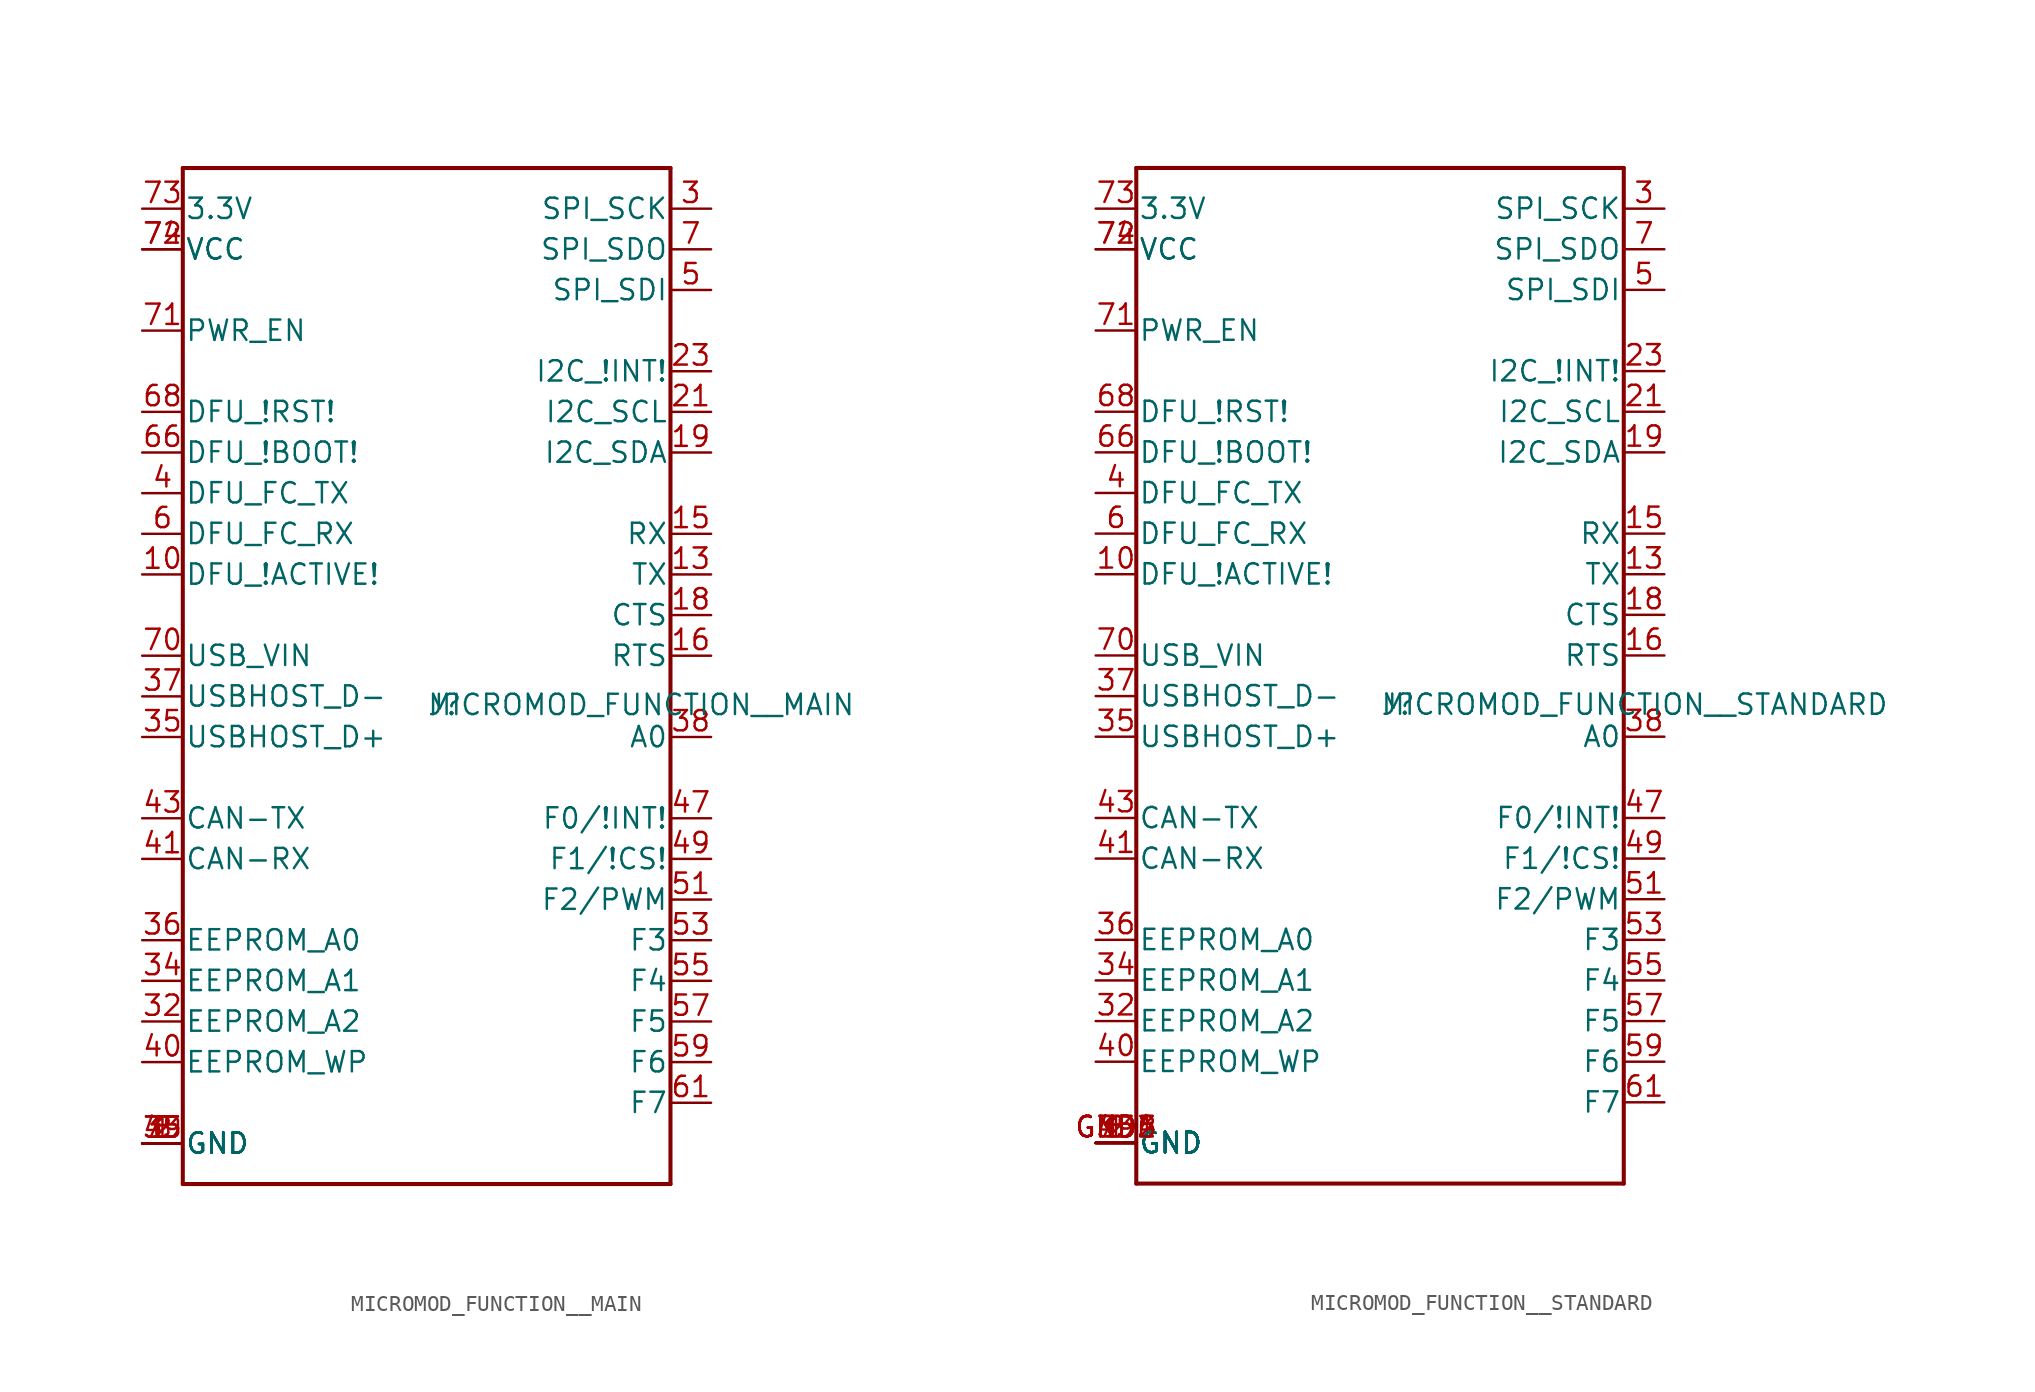
<source format=kicad_sym>
(kicad_symbol_lib
  (version 20211014)
  (generator kicad_symbol_editor)
  (symbol "MICROMOD_FUNCTION__MAIN"
    (pin_names
      (offset 0.127))
    (property "Reference" "J"
      (at 0 -6.35 0)
      (effects (font (size 1.27 1.27)) (justify left bottom)))
    (property "Value" "MICROMOD_FUNCTION__MAIN"
      (at 0 -6.35 0)
      (effects (font (size 1.27 1.27)) (justify left bottom)))
    (property "Datasheet" ""
      (at 0 -13.97 0)
      (effects (font (size 1.27 1.27)) (justify left bottom)))
    (symbol "MICROMOD_FUNCTION__MAIN_1_1"
      (polyline (pts (xy -15.24 -35.56) (xy -15.24 27.94)) (stroke (width 0.254) (type default) (color 0 0 0 0)) (fill (type none)))
      (polyline (pts (xy -15.24 27.94) (xy 15.24 27.94)) (stroke (width 0.254) (type default) (color 0 0 0 0)) (fill (type none)))
      (polyline (pts (xy 15.24 -35.56) (xy -15.24 -35.56)) (stroke (width 0.254) (type default) (color 0 0 0 0)) (fill (type none)))
      (polyline (pts (xy 15.24 27.94) (xy 15.24 -35.56)) (stroke (width 0.254) (type default) (color 0 0 0 0)) (fill (type none)))
      (pin bidirectional line (at -17.78 -33.02 0) (length 2.54) (name "GND" (effects (font (size 1.27 1.27)))) (number "1" (effects (font (size 1.27 1.27)))))
      (pin bidirectional line (at -17.78 2.54 0) (length 2.54) (name "DFU_!ACTIVE!" (effects (font (size 1.27 1.27)))) (number "10" (effects (font (size 1.27 1.27)))))
      (pin bidirectional line (at 17.78 2.54 180) (length 2.54) (name "TX" (effects (font (size 1.27 1.27)))) (number "13" (effects (font (size 1.27 1.27)))))
      (pin bidirectional line (at 17.78 5.08 180) (length 2.54) (name "RX" (effects (font (size 1.27 1.27)))) (number "15" (effects (font (size 1.27 1.27)))))
      (pin bidirectional line (at 17.78 -2.54 180) (length 2.54) (name "RTS" (effects (font (size 1.27 1.27)))) (number "16" (effects (font (size 1.27 1.27)))))
      (pin bidirectional line (at 17.78 0 180) (length 2.54) (name "CTS" (effects (font (size 1.27 1.27)))) (number "18" (effects (font (size 1.27 1.27)))))
      (pin bidirectional line (at 17.78 10.16 180) (length 2.54) (name "I2C_SDA" (effects (font (size 1.27 1.27)))) (number "19" (effects (font (size 1.27 1.27)))))
      (pin bidirectional line (at -17.78 -33.02 0) (length 2.54) (name "GND" (effects (font (size 1.27 1.27)))) (number "2" (effects (font (size 1.27 1.27)))))
      (pin bidirectional line (at 17.78 12.7 180) (length 2.54) (name "I2C_SCL" (effects (font (size 1.27 1.27)))) (number "21" (effects (font (size 1.27 1.27)))))
      (pin bidirectional line (at 17.78 15.24 180) (length 2.54) (name "I2C_!INT!" (effects (font (size 1.27 1.27)))) (number "23" (effects (font (size 1.27 1.27)))))
      (pin bidirectional line (at 17.78 25.4 180) (length 2.54) (name "SPI_SCK" (effects (font (size 1.27 1.27)))) (number "3" (effects (font (size 1.27 1.27)))))
      (pin bidirectional line (at -17.78 -25.4 0) (length 2.54) (name "EEPROM_A2" (effects (font (size 1.27 1.27)))) (number "32" (effects (font (size 1.27 1.27)))))
      (pin bidirectional line (at -17.78 -33.02 0) (length 2.54) (name "GND" (effects (font (size 1.27 1.27)))) (number "33" (effects (font (size 1.27 1.27)))))
      (pin bidirectional line (at -17.78 -22.86 0) (length 2.54) (name "EEPROM_A1" (effects (font (size 1.27 1.27)))) (number "34" (effects (font (size 1.27 1.27)))))
      (pin bidirectional line (at -17.78 -7.62 0) (length 2.54) (name "USBHOST_D+" (effects (font (size 1.27 1.27)))) (number "35" (effects (font (size 1.27 1.27)))))
      (pin bidirectional line (at -17.78 -20.32 0) (length 2.54) (name "EEPROM_A0" (effects (font (size 1.27 1.27)))) (number "36" (effects (font (size 1.27 1.27)))))
      (pin bidirectional line (at -17.78 -5.08 0) (length 2.54) (name "USBHOST_D-" (effects (font (size 1.27 1.27)))) (number "37" (effects (font (size 1.27 1.27)))))
      (pin bidirectional line (at 17.78 -7.62 180) (length 2.54) (name "A0" (effects (font (size 1.27 1.27)))) (number "38" (effects (font (size 1.27 1.27)))))
      (pin bidirectional line (at -17.78 -33.02 0) (length 2.54) (name "GND" (effects (font (size 1.27 1.27)))) (number "39" (effects (font (size 1.27 1.27)))))
      (pin bidirectional line (at -17.78 7.62 0) (length 2.54) (name "DFU_FC_TX" (effects (font (size 1.27 1.27)))) (number "4" (effects (font (size 1.27 1.27)))))
      (pin bidirectional line (at -17.78 -27.94 0) (length 2.54) (name "EEPROM_WP" (effects (font (size 1.27 1.27)))) (number "40" (effects (font (size 1.27 1.27)))))
      (pin bidirectional line (at -17.78 -15.24 0) (length 2.54) (name "CAN-RX" (effects (font (size 1.27 1.27)))) (number "41" (effects (font (size 1.27 1.27)))))
      (pin bidirectional line (at -17.78 -12.7 0) (length 2.54) (name "CAN-TX" (effects (font (size 1.27 1.27)))) (number "43" (effects (font (size 1.27 1.27)))))
      (pin bidirectional line (at -17.78 -33.02 0) (length 2.54) (name "GND" (effects (font (size 1.27 1.27)))) (number "45" (effects (font (size 1.27 1.27)))))
      (pin bidirectional line (at 17.78 -12.7 180) (length 2.54) (name "F0/!INT!" (effects (font (size 1.27 1.27)))) (number "47" (effects (font (size 1.27 1.27)))))
      (pin bidirectional line (at 17.78 -15.24 180) (length 2.54) (name "F1/!CS!" (effects (font (size 1.27 1.27)))) (number "49" (effects (font (size 1.27 1.27)))))
      (pin bidirectional line (at 17.78 20.32 180) (length 2.54) (name "SPI_SDI" (effects (font (size 1.27 1.27)))) (number "5" (effects (font (size 1.27 1.27)))))
      (pin bidirectional line (at 17.78 -17.78 180) (length 2.54) (name "F2/PWM" (effects (font (size 1.27 1.27)))) (number "51" (effects (font (size 1.27 1.27)))))
      (pin bidirectional line (at 17.78 -20.32 180) (length 2.54) (name "F3" (effects (font (size 1.27 1.27)))) (number "53" (effects (font (size 1.27 1.27)))))
      (pin bidirectional line (at 17.78 -22.86 180) (length 2.54) (name "F4" (effects (font (size 1.27 1.27)))) (number "55" (effects (font (size 1.27 1.27)))))
      (pin bidirectional line (at 17.78 -25.4 180) (length 2.54) (name "F5" (effects (font (size 1.27 1.27)))) (number "57" (effects (font (size 1.27 1.27)))))
      (pin bidirectional line (at 17.78 -27.94 180) (length 2.54) (name "F6" (effects (font (size 1.27 1.27)))) (number "59" (effects (font (size 1.27 1.27)))))
      (pin bidirectional line (at -17.78 5.08 0) (length 2.54) (name "DFU_FC_RX" (effects (font (size 1.27 1.27)))) (number "6" (effects (font (size 1.27 1.27)))))
      (pin bidirectional line (at 17.78 -30.48 180) (length 2.54) (name "F7" (effects (font (size 1.27 1.27)))) (number "61" (effects (font (size 1.27 1.27)))))
      (pin bidirectional line (at -17.78 10.16 0) (length 2.54) (name "DFU_!BOOT!" (effects (font (size 1.27 1.27)))) (number "66" (effects (font (size 1.27 1.27)))))
      (pin bidirectional line (at -17.78 12.7 0) (length 2.54) (name "DFU_!RST!" (effects (font (size 1.27 1.27)))) (number "68" (effects (font (size 1.27 1.27)))))
      (pin bidirectional line (at 17.78 22.86 180) (length 2.54) (name "SPI_SDO" (effects (font (size 1.27 1.27)))) (number "7" (effects (font (size 1.27 1.27)))))
      (pin bidirectional line (at -17.78 -2.54 0) (length 2.54) (name "USB_VIN" (effects (font (size 1.27 1.27)))) (number "70" (effects (font (size 1.27 1.27)))))
      (pin bidirectional line (at -17.78 17.78 0) (length 2.54) (name "PWR_EN" (effects (font (size 1.27 1.27)))) (number "71" (effects (font (size 1.27 1.27)))))
      (pin bidirectional line (at -17.78 22.86 0) (length 2.54) (name "VCC" (effects (font (size 1.27 1.27)))) (number "72" (effects (font (size 1.27 1.27)))))
      (pin bidirectional line (at -17.78 25.4 0) (length 2.54) (name "3.3V" (effects (font (size 1.27 1.27)))) (number "73" (effects (font (size 1.27 1.27)))))
      (pin bidirectional line (at -17.78 22.86 0) (length 2.54) (name "VCC" (effects (font (size 1.27 1.27)))) (number "74" (effects (font (size 1.27 1.27)))))
      (pin bidirectional line (at -17.78 -33.02 0) (length 2.54) (name "GND" (effects (font (size 1.27 1.27)))) (number "75" (effects (font (size 1.27 1.27)))))
      (pin bidirectional line (at -17.78 -33.02 0) (length 2.54) (name "GND" (effects (font (size 1.27 1.27)))) (number "8" (effects (font (size 1.27 1.27)))))))
  (symbol "MICROMOD_FUNCTION__STANDARD"
    (pin_names
      (offset 0.127))
    (property "Reference" "J"
      (at 0 -6.35 0)
      (effects (font (size 1.27 1.27)) (justify left bottom)))
    (property "Value" "MICROMOD_FUNCTION__STANDARD"
      (at 0 -6.35 0)
      (effects (font (size 1.27 1.27)) (justify left bottom)))
    (property "Datasheet" ""
      (at 0 -13.97 0)
      (effects (font (size 1.27 1.27)) (justify left bottom)))
    (symbol "MICROMOD_FUNCTION__STANDARD_1_1"
      (polyline (pts (xy -15.24 -35.56) (xy -15.24 27.94)) (stroke (width 0.254) (type default) (color 0 0 0 0)) (fill (type none)))
      (polyline (pts (xy -15.24 27.94) (xy 15.24 27.94)) (stroke (width 0.254) (type default) (color 0 0 0 0)) (fill (type none)))
      (polyline (pts (xy 15.24 -35.56) (xy -15.24 -35.56)) (stroke (width 0.254) (type default) (color 0 0 0 0)) (fill (type none)))
      (polyline (pts (xy 15.24 27.94) (xy 15.24 -35.56)) (stroke (width 0.254) (type default) (color 0 0 0 0)) (fill (type none)))
      (pin bidirectional line (at -17.78 -33.02 0) (length 2.54) (name "GND" (effects (font (size 1.27 1.27)))) (number "1" (effects (font (size 1.27 1.27)))))
      (pin bidirectional line (at -17.78 2.54 0) (length 2.54) (name "DFU_!ACTIVE!" (effects (font (size 1.27 1.27)))) (number "10" (effects (font (size 1.27 1.27)))))
      (pin bidirectional line (at 17.78 2.54 180) (length 2.54) (name "TX" (effects (font (size 1.27 1.27)))) (number "13" (effects (font (size 1.27 1.27)))))
      (pin bidirectional line (at 17.78 5.08 180) (length 2.54) (name "RX" (effects (font (size 1.27 1.27)))) (number "15" (effects (font (size 1.27 1.27)))))
      (pin bidirectional line (at 17.78 -2.54 180) (length 2.54) (name "RTS" (effects (font (size 1.27 1.27)))) (number "16" (effects (font (size 1.27 1.27)))))
      (pin bidirectional line (at 17.78 0 180) (length 2.54) (name "CTS" (effects (font (size 1.27 1.27)))) (number "18" (effects (font (size 1.27 1.27)))))
      (pin bidirectional line (at 17.78 10.16 180) (length 2.54) (name "I2C_SDA" (effects (font (size 1.27 1.27)))) (number "19" (effects (font (size 1.27 1.27)))))
      (pin bidirectional line (at -17.78 -33.02 0) (length 2.54) (name "GND" (effects (font (size 1.27 1.27)))) (number "2" (effects (font (size 1.27 1.27)))))
      (pin bidirectional line (at 17.78 12.7 180) (length 2.54) (name "I2C_SCL" (effects (font (size 1.27 1.27)))) (number "21" (effects (font (size 1.27 1.27)))))
      (pin bidirectional line (at 17.78 15.24 180) (length 2.54) (name "I2C_!INT!" (effects (font (size 1.27 1.27)))) (number "23" (effects (font (size 1.27 1.27)))))
      (pin bidirectional line (at 17.78 25.4 180) (length 2.54) (name "SPI_SCK" (effects (font (size 1.27 1.27)))) (number "3" (effects (font (size 1.27 1.27)))))
      (pin bidirectional line (at -17.78 -25.4 0) (length 2.54) (name "EEPROM_A2" (effects (font (size 1.27 1.27)))) (number "32" (effects (font (size 1.27 1.27)))))
      (pin bidirectional line (at -17.78 -33.02 0) (length 2.54) (name "GND" (effects (font (size 1.27 1.27)))) (number "33" (effects (font (size 1.27 1.27)))))
      (pin bidirectional line (at -17.78 -22.86 0) (length 2.54) (name "EEPROM_A1" (effects (font (size 1.27 1.27)))) (number "34" (effects (font (size 1.27 1.27)))))
      (pin bidirectional line (at -17.78 -7.62 0) (length 2.54) (name "USBHOST_D+" (effects (font (size 1.27 1.27)))) (number "35" (effects (font (size 1.27 1.27)))))
      (pin bidirectional line (at -17.78 -20.32 0) (length 2.54) (name "EEPROM_A0" (effects (font (size 1.27 1.27)))) (number "36" (effects (font (size 1.27 1.27)))))
      (pin bidirectional line (at -17.78 -5.08 0) (length 2.54) (name "USBHOST_D-" (effects (font (size 1.27 1.27)))) (number "37" (effects (font (size 1.27 1.27)))))
      (pin bidirectional line (at 17.78 -7.62 180) (length 2.54) (name "A0" (effects (font (size 1.27 1.27)))) (number "38" (effects (font (size 1.27 1.27)))))
      (pin bidirectional line (at -17.78 -33.02 0) (length 2.54) (name "GND" (effects (font (size 1.27 1.27)))) (number "39" (effects (font (size 1.27 1.27)))))
      (pin bidirectional line (at -17.78 7.62 0) (length 2.54) (name "DFU_FC_TX" (effects (font (size 1.27 1.27)))) (number "4" (effects (font (size 1.27 1.27)))))
      (pin bidirectional line (at -17.78 -27.94 0) (length 2.54) (name "EEPROM_WP" (effects (font (size 1.27 1.27)))) (number "40" (effects (font (size 1.27 1.27)))))
      (pin bidirectional line (at -17.78 -15.24 0) (length 2.54) (name "CAN-RX" (effects (font (size 1.27 1.27)))) (number "41" (effects (font (size 1.27 1.27)))))
      (pin bidirectional line (at -17.78 -12.7 0) (length 2.54) (name "CAN-TX" (effects (font (size 1.27 1.27)))) (number "43" (effects (font (size 1.27 1.27)))))
      (pin bidirectional line (at -17.78 -33.02 0) (length 2.54) (name "GND" (effects (font (size 1.27 1.27)))) (number "45" (effects (font (size 1.27 1.27)))))
      (pin bidirectional line (at 17.78 -12.7 180) (length 2.54) (name "F0/!INT!" (effects (font (size 1.27 1.27)))) (number "47" (effects (font (size 1.27 1.27)))))
      (pin bidirectional line (at 17.78 -15.24 180) (length 2.54) (name "F1/!CS!" (effects (font (size 1.27 1.27)))) (number "49" (effects (font (size 1.27 1.27)))))
      (pin bidirectional line (at 17.78 20.32 180) (length 2.54) (name "SPI_SDI" (effects (font (size 1.27 1.27)))) (number "5" (effects (font (size 1.27 1.27)))))
      (pin bidirectional line (at 17.78 -17.78 180) (length 2.54) (name "F2/PWM" (effects (font (size 1.27 1.27)))) (number "51" (effects (font (size 1.27 1.27)))))
      (pin bidirectional line (at 17.78 -20.32 180) (length 2.54) (name "F3" (effects (font (size 1.27 1.27)))) (number "53" (effects (font (size 1.27 1.27)))))
      (pin bidirectional line (at 17.78 -22.86 180) (length 2.54) (name "F4" (effects (font (size 1.27 1.27)))) (number "55" (effects (font (size 1.27 1.27)))))
      (pin bidirectional line (at 17.78 -25.4 180) (length 2.54) (name "F5" (effects (font (size 1.27 1.27)))) (number "57" (effects (font (size 1.27 1.27)))))
      (pin bidirectional line (at 17.78 -27.94 180) (length 2.54) (name "F6" (effects (font (size 1.27 1.27)))) (number "59" (effects (font (size 1.27 1.27)))))
      (pin bidirectional line (at -17.78 5.08 0) (length 2.54) (name "DFU_FC_RX" (effects (font (size 1.27 1.27)))) (number "6" (effects (font (size 1.27 1.27)))))
      (pin bidirectional line (at 17.78 -30.48 180) (length 2.54) (name "F7" (effects (font (size 1.27 1.27)))) (number "61" (effects (font (size 1.27 1.27)))))
      (pin bidirectional line (at -17.78 10.16 0) (length 2.54) (name "DFU_!BOOT!" (effects (font (size 1.27 1.27)))) (number "66" (effects (font (size 1.27 1.27)))))
      (pin bidirectional line (at -17.78 12.7 0) (length 2.54) (name "DFU_!RST!" (effects (font (size 1.27 1.27)))) (number "68" (effects (font (size 1.27 1.27)))))
      (pin bidirectional line (at 17.78 22.86 180) (length 2.54) (name "SPI_SDO" (effects (font (size 1.27 1.27)))) (number "7" (effects (font (size 1.27 1.27)))))
      (pin bidirectional line (at -17.78 -2.54 0) (length 2.54) (name "USB_VIN" (effects (font (size 1.27 1.27)))) (number "70" (effects (font (size 1.27 1.27)))))
      (pin bidirectional line (at -17.78 17.78 0) (length 2.54) (name "PWR_EN" (effects (font (size 1.27 1.27)))) (number "71" (effects (font (size 1.27 1.27)))))
      (pin bidirectional line (at -17.78 22.86 0) (length 2.54) (name "VCC" (effects (font (size 1.27 1.27)))) (number "72" (effects (font (size 1.27 1.27)))))
      (pin bidirectional line (at -17.78 25.4 0) (length 2.54) (name "3.3V" (effects (font (size 1.27 1.27)))) (number "73" (effects (font (size 1.27 1.27)))))
      (pin bidirectional line (at -17.78 22.86 0) (length 2.54) (name "VCC" (effects (font (size 1.27 1.27)))) (number "74" (effects (font (size 1.27 1.27)))))
      (pin bidirectional line (at -17.78 -33.02 0) (length 2.54) (name "GND" (effects (font (size 1.27 1.27)))) (number "75" (effects (font (size 1.27 1.27)))))
      (pin bidirectional line (at -17.78 -33.02 0) (length 2.54) (name "GND" (effects (font (size 1.27 1.27)))) (number "8" (effects (font (size 1.27 1.27)))))
      (pin bidirectional line (at -17.78 -33.02 0) (length 2.54) (name "GND" (effects (font (size 1.27 1.27)))) (number "GND1" (effects (font (size 1.27 1.27)))))
      (pin bidirectional line (at -17.78 -33.02 0) (length 2.54) (name "GND" (effects (font (size 1.27 1.27)))) (number "GND2" (effects (font (size 1.27 1.27)))))
      (pin bidirectional line (at -17.78 -33.02 0) (length 2.54) (name "GND" (effects (font (size 1.27 1.27)))) (number "GND3" (effects (font (size 1.27 1.27)))))
      (pin bidirectional line (at -17.78 -33.02 0) (length 2.54) (name "GND" (effects (font (size 1.27 1.27)))) (number "GND4" (effects (font (size 1.27 1.27)))))
      (pin bidirectional line (at -17.78 -33.02 0) (length 2.54) (name "GND" (effects (font (size 1.27 1.27)))) (number "GND5" (effects (font (size 1.27 1.27)))))
      (pin bidirectional line (at -17.78 -33.02 0) (length 2.54) (name "GND" (effects (font (size 1.27 1.27)))) (number "GND6" (effects (font (size 1.27 1.27))))))))
</source>
